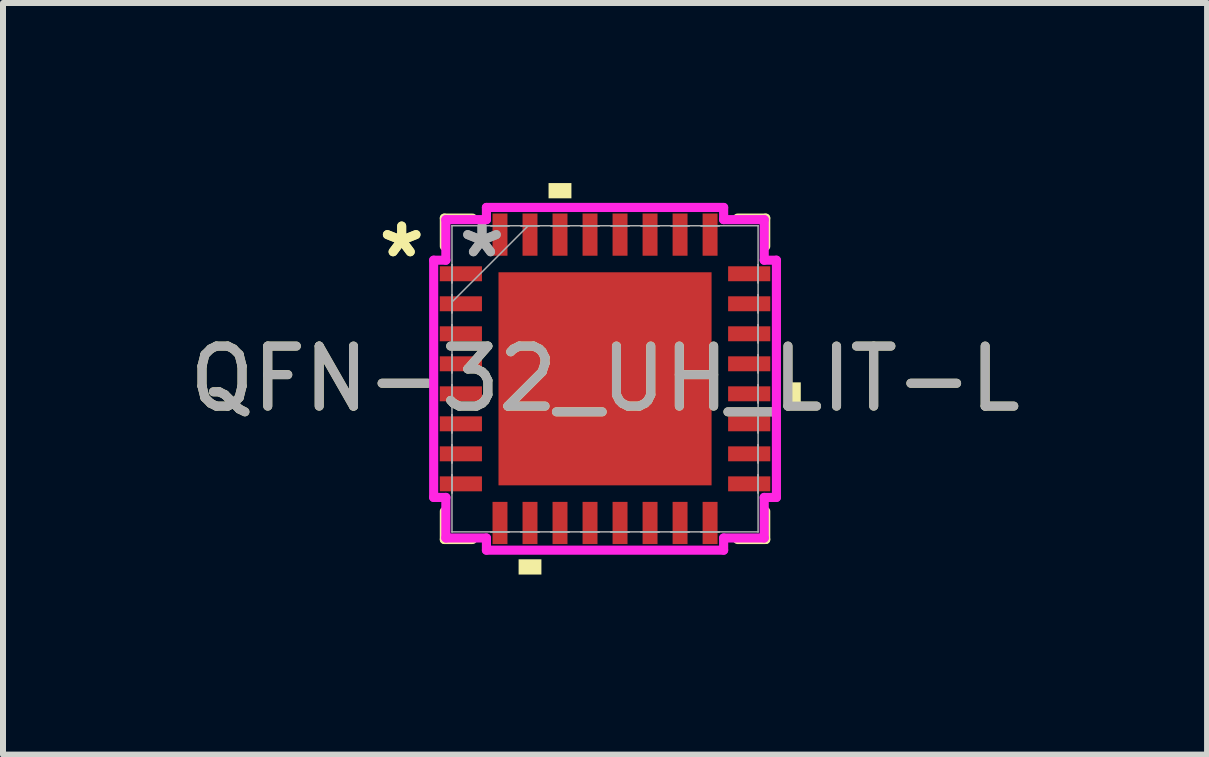
<source format=kicad_pcb>
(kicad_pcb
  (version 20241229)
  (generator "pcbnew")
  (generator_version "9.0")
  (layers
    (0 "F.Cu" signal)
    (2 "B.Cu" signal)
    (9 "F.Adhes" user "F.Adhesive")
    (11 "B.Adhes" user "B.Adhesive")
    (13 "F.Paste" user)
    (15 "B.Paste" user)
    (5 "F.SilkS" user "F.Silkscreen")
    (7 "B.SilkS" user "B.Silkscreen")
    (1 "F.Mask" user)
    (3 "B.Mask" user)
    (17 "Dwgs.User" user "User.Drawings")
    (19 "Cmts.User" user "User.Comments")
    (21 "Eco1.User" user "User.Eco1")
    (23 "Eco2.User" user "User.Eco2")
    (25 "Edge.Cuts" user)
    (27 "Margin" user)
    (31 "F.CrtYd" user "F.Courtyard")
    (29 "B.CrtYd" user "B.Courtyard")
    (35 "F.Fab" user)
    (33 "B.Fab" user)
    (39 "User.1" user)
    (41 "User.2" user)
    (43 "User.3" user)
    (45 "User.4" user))
  (footprint "QFN-32_UH_LIT-L"
    (layer "F.Cu")
    (at 7.03 3.261)
    (property "Reference" "QFN-32_UH_LIT-L" (at 0 0 0) (unlocked yes) (layer "F.SilkS") (effects (font (size 1 1) (thickness 0.15))))
    (attr smd)
    (fp_line (start -2.677 -2.677) (end -2.677 -2.207) (stroke (width 0.152) (type solid)) (layer "F.SilkS"))
    (fp_line (start -2.677 2.207) (end -2.677 2.677) (stroke (width 0.152) (type solid)) (layer "F.SilkS"))
    (fp_line (start -2.677 2.677) (end -2.207 2.677) (stroke (width 0.152) (type solid)) (layer "F.SilkS"))
    (fp_line (start -2.207 -2.677) (end -2.677 -2.677) (stroke (width 0.152) (type solid)) (layer "F.SilkS"))
    (fp_line (start 2.207 2.677) (end 2.677 2.677) (stroke (width 0.152) (type solid)) (layer "F.SilkS"))
    (fp_line (start 2.677 -2.677) (end 2.207 -2.677) (stroke (width 0.152) (type solid)) (layer "F.SilkS"))
    (fp_line (start 2.677 -2.207) (end 2.677 -2.677) (stroke (width 0.152) (type solid)) (layer "F.SilkS"))
    (fp_line (start 2.677 2.677) (end 2.677 2.207) (stroke (width 0.152) (type solid)) (layer "F.SilkS"))
    (fp_poly (pts (xy -1.44 3.007) (xy -1.44 3.261) (xy -1.06 3.261) (xy -1.06 3.007)) (stroke (width 0) (type solid)) (fill yes) (layer "F.SilkS"))
    (fp_poly (pts (xy -0.941 -3.007) (xy -0.941 -3.261) (xy -0.56 -3.261) (xy -0.56 -3.007)) (stroke (width 0) (type solid)) (fill yes) (layer "F.SilkS"))
    (fp_poly (pts (xy 3.261 0.059) (xy 3.261 0.441) (xy 3.007 0.441) (xy 3.007 0.059)) (stroke (width 0) (type solid)) (fill yes) (layer "F.SilkS"))
    (fp_poly (pts (xy -1.675 -1.675) (xy -1.675 -0.1) (xy -0.1 -0.1) (xy -0.1 -1.675)) (stroke (width 0) (type solid)) (fill yes) (layer "F.Paste"))
    (fp_poly (pts (xy -1.675 0.1) (xy -1.675 1.675) (xy -0.1 1.675) (xy -0.1 0.1)) (stroke (width 0) (type solid)) (fill yes) (layer "F.Paste"))
    (fp_poly (pts (xy 0.1 -1.675) (xy 0.1 -0.1) (xy 1.675 -0.1) (xy 1.675 -1.675)) (stroke (width 0) (type solid)) (fill yes) (layer "F.Paste"))
    (fp_poly (pts (xy 0.1 0.1) (xy 0.1 1.675) (xy 1.675 1.675) (xy 1.675 0.1)) (stroke (width 0) (type solid)) (fill yes) (layer "F.Paste"))
    (fp_line (start -2.855 -1.976) (end -2.652 -1.976) (stroke (width 0.152) (type solid)) (layer "F.CrtYd"))
    (fp_line (start -2.855 1.976) (end -2.855 -1.976) (stroke (width 0.152) (type solid)) (layer "F.CrtYd"))
    (fp_line (start -2.652 -2.652) (end -1.976 -2.652) (stroke (width 0.152) (type solid)) (layer "F.CrtYd"))
    (fp_line (start -2.652 -1.976) (end -2.652 -2.652) (stroke (width 0.152) (type solid)) (layer "F.CrtYd"))
    (fp_line (start -2.652 1.976) (end -2.855 1.976) (stroke (width 0.152) (type solid)) (layer "F.CrtYd"))
    (fp_line (start -2.652 2.652) (end -2.652 1.976) (stroke (width 0.152) (type solid)) (layer "F.CrtYd"))
    (fp_line (start -1.976 -2.855) (end 1.976 -2.855) (stroke (width 0.152) (type solid)) (layer "F.CrtYd"))
    (fp_line (start -1.976 -2.652) (end -1.976 -2.855) (stroke (width 0.152) (type solid)) (layer "F.CrtYd"))
    (fp_line (start -1.976 2.652) (end -2.652 2.652) (stroke (width 0.152) (type solid)) (layer "F.CrtYd"))
    (fp_line (start -1.976 2.855) (end -1.976 2.652) (stroke (width 0.152) (type solid)) (layer "F.CrtYd"))
    (fp_line (start 1.976 -2.855) (end 1.976 -2.652) (stroke (width 0.152) (type solid)) (layer "F.CrtYd"))
    (fp_line (start 1.976 -2.652) (end 2.652 -2.652) (stroke (width 0.152) (type solid)) (layer "F.CrtYd"))
    (fp_line (start 1.976 2.652) (end 1.976 2.855) (stroke (width 0.152) (type solid)) (layer "F.CrtYd"))
    (fp_line (start 1.976 2.855) (end -1.976 2.855) (stroke (width 0.152) (type solid)) (layer "F.CrtYd"))
    (fp_line (start 2.652 -2.652) (end 2.652 -1.976) (stroke (width 0.152) (type solid)) (layer "F.CrtYd"))
    (fp_line (start 2.652 -1.976) (end 2.855 -1.976) (stroke (width 0.152) (type solid)) (layer "F.CrtYd"))
    (fp_line (start 2.652 1.976) (end 2.652 2.652) (stroke (width 0.152) (type solid)) (layer "F.CrtYd"))
    (fp_line (start 2.652 2.652) (end 1.976 2.652) (stroke (width 0.152) (type solid)) (layer "F.CrtYd"))
    (fp_line (start 2.855 -1.976) (end 2.855 1.976) (stroke (width 0.152) (type solid)) (layer "F.CrtYd"))
    (fp_line (start 2.855 1.976) (end 2.652 1.976) (stroke (width 0.152) (type solid)) (layer "F.CrtYd"))
    (fp_line (start -2.55 -2.55) (end -2.55 -2.55) (stroke (width 0.025) (type solid)) (layer "F.Fab"))
    (fp_line (start -2.55 -2.55) (end -2.55 2.55) (stroke (width 0.025) (type solid)) (layer "F.Fab"))
    (fp_line (start -2.55 -1.9) (end -2.55 -1.9) (stroke (width 0.025) (type solid)) (layer "F.Fab"))
    (fp_line (start -2.55 -1.9) (end -2.55 -1.6) (stroke (width 0.025) (type solid)) (layer "F.Fab"))
    (fp_line (start -2.55 -1.6) (end -2.55 -1.9) (stroke (width 0.025) (type solid)) (layer "F.Fab"))
    (fp_line (start -2.55 -1.6) (end -2.55 -1.6) (stroke (width 0.025) (type solid)) (layer "F.Fab"))
    (fp_line (start -2.55 -1.4) (end -2.55 -1.4) (stroke (width 0.025) (type solid)) (layer "F.Fab"))
    (fp_line (start -2.55 -1.4) (end -2.55 -1.1) (stroke (width 0.025) (type solid)) (layer "F.Fab"))
    (fp_line (start -2.55 -1.28) (end -1.28 -2.55) (stroke (width 0.025) (type solid)) (layer "F.Fab"))
    (fp_line (start -2.55 -1.1) (end -2.55 -1.4) (stroke (width 0.025) (type solid)) (layer "F.Fab"))
    (fp_line (start -2.55 -1.1) (end -2.55 -1.1) (stroke (width 0.025) (type solid)) (layer "F.Fab"))
    (fp_line (start -2.55 -0.9) (end -2.55 -0.9) (stroke (width 0.025) (type solid)) (layer "F.Fab"))
    (fp_line (start -2.55 -0.9) (end -2.55 -0.6) (stroke (width 0.025) (type solid)) (layer "F.Fab"))
    (fp_line (start -2.55 -0.6) (end -2.55 -0.9) (stroke (width 0.025) (type solid)) (layer "F.Fab"))
    (fp_line (start -2.55 -0.6) (end -2.55 -0.6) (stroke (width 0.025) (type solid)) (layer "F.Fab"))
    (fp_line (start -2.55 -0.4) (end -2.55 -0.4) (stroke (width 0.025) (type solid)) (layer "F.Fab"))
    (fp_line (start -2.55 -0.4) (end -2.55 -0.1) (stroke (width 0.025) (type solid)) (layer "F.Fab"))
    (fp_line (start -2.55 -0.1) (end -2.55 -0.4) (stroke (width 0.025) (type solid)) (layer "F.Fab"))
    (fp_line (start -2.55 -0.1) (end -2.55 -0.1) (stroke (width 0.025) (type solid)) (layer "F.Fab"))
    (fp_line (start -2.55 0.1) (end -2.55 0.1) (stroke (width 0.025) (type solid)) (layer "F.Fab"))
    (fp_line (start -2.55 0.1) (end -2.55 0.4) (stroke (width 0.025) (type solid)) (layer "F.Fab"))
    (fp_line (start -2.55 0.4) (end -2.55 0.1) (stroke (width 0.025) (type solid)) (layer "F.Fab"))
    (fp_line (start -2.55 0.4) (end -2.55 0.4) (stroke (width 0.025) (type solid)) (layer "F.Fab"))
    (fp_line (start -2.55 0.6) (end -2.55 0.6) (stroke (width 0.025) (type solid)) (layer "F.Fab"))
    (fp_line (start -2.55 0.6) (end -2.55 0.9) (stroke (width 0.025) (type solid)) (layer "F.Fab"))
    (fp_line (start -2.55 0.9) (end -2.55 0.6) (stroke (width 0.025) (type solid)) (layer "F.Fab"))
    (fp_line (start -2.55 0.9) (end -2.55 0.9) (stroke (width 0.025) (type solid)) (layer "F.Fab"))
    (fp_line (start -2.55 1.1) (end -2.55 1.1) (stroke (width 0.025) (type solid)) (layer "F.Fab"))
    (fp_line (start -2.55 1.1) (end -2.55 1.4) (stroke (width 0.025) (type solid)) (layer "F.Fab"))
    (fp_line (start -2.55 1.4) (end -2.55 1.1) (stroke (width 0.025) (type solid)) (layer "F.Fab"))
    (fp_line (start -2.55 1.4) (end -2.55 1.4) (stroke (width 0.025) (type solid)) (layer "F.Fab"))
    (fp_line (start -2.55 1.6) (end -2.55 1.6) (stroke (width 0.025) (type solid)) (layer "F.Fab"))
    (fp_line (start -2.55 1.6) (end -2.55 1.9) (stroke (width 0.025) (type solid)) (layer "F.Fab"))
    (fp_line (start -2.55 1.9) (end -2.55 1.6) (stroke (width 0.025) (type solid)) (layer "F.Fab"))
    (fp_line (start -2.55 1.9) (end -2.55 1.9) (stroke (width 0.025) (type solid)) (layer "F.Fab"))
    (fp_line (start -2.55 2.55) (end -2.55 2.55) (stroke (width 0.025) (type solid)) (layer "F.Fab"))
    (fp_line (start -2.55 2.55) (end 2.55 2.55) (stroke (width 0.025) (type solid)) (layer "F.Fab"))
    (fp_line (start -1.9 -2.55) (end -1.9 -2.55) (stroke (width 0.025) (type solid)) (layer "F.Fab"))
    (fp_line (start -1.9 -2.55) (end -1.6 -2.55) (stroke (width 0.025) (type solid)) (layer "F.Fab"))
    (fp_line (start -1.9 2.55) (end -1.9 2.55) (stroke (width 0.025) (type solid)) (layer "F.Fab"))
    (fp_line (start -1.9 2.55) (end -1.6 2.55) (stroke (width 0.025) (type solid)) (layer "F.Fab"))
    (fp_line (start -1.6 -2.55) (end -1.9 -2.55) (stroke (width 0.025) (type solid)) (layer "F.Fab"))
    (fp_line (start -1.6 -2.55) (end -1.6 -2.55) (stroke (width 0.025) (type solid)) (layer "F.Fab"))
    (fp_line (start -1.6 2.55) (end -1.9 2.55) (stroke (width 0.025) (type solid)) (layer "F.Fab"))
    (fp_line (start -1.6 2.55) (end -1.6 2.55) (stroke (width 0.025) (type solid)) (layer "F.Fab"))
    (fp_line (start -1.4 -2.55) (end -1.4 -2.55) (stroke (width 0.025) (type solid)) (layer "F.Fab"))
    (fp_line (start -1.4 -2.55) (end -1.1 -2.55) (stroke (width 0.025) (type solid)) (layer "F.Fab"))
    (fp_line (start -1.4 2.55) (end -1.4 2.55) (stroke (width 0.025) (type solid)) (layer "F.Fab"))
    (fp_line (start -1.4 2.55) (end -1.1 2.55) (stroke (width 0.025) (type solid)) (layer "F.Fab"))
    (fp_line (start -1.1 -2.55) (end -1.4 -2.55) (stroke (width 0.025) (type solid)) (layer "F.Fab"))
    (fp_line (start -1.1 -2.55) (end -1.1 -2.55) (stroke (width 0.025) (type solid)) (layer "F.Fab"))
    (fp_line (start -1.1 2.55) (end -1.4 2.55) (stroke (width 0.025) (type solid)) (layer "F.Fab"))
    (fp_line (start -1.1 2.55) (end -1.1 2.55) (stroke (width 0.025) (type solid)) (layer "F.Fab"))
    (fp_line (start -0.9 -2.55) (end -0.9 -2.55) (stroke (width 0.025) (type solid)) (layer "F.Fab"))
    (fp_line (start -0.9 -2.55) (end -0.6 -2.55) (stroke (width 0.025) (type solid)) (layer "F.Fab"))
    (fp_line (start -0.9 2.55) (end -0.9 2.55) (stroke (width 0.025) (type solid)) (layer "F.Fab"))
    (fp_line (start -0.9 2.55) (end -0.6 2.55) (stroke (width 0.025) (type solid)) (layer "F.Fab"))
    (fp_line (start -0.6 -2.55) (end -0.9 -2.55) (stroke (width 0.025) (type solid)) (layer "F.Fab"))
    (fp_line (start -0.6 -2.55) (end -0.6 -2.55) (stroke (width 0.025) (type solid)) (layer "F.Fab"))
    (fp_line (start -0.6 2.55) (end -0.9 2.55) (stroke (width 0.025) (type solid)) (layer "F.Fab"))
    (fp_line (start -0.6 2.55) (end -0.6 2.55) (stroke (width 0.025) (type solid)) (layer "F.Fab"))
    (fp_line (start -0.4 -2.55) (end -0.4 -2.55) (stroke (width 0.025) (type solid)) (layer "F.Fab"))
    (fp_line (start -0.4 -2.55) (end -0.1 -2.55) (stroke (width 0.025) (type solid)) (layer "F.Fab"))
    (fp_line (start -0.4 2.55) (end -0.4 2.55) (stroke (width 0.025) (type solid)) (layer "F.Fab"))
    (fp_line (start -0.4 2.55) (end -0.1 2.55) (stroke (width 0.025) (type solid)) (layer "F.Fab"))
    (fp_line (start -0.1 -2.55) (end -0.4 -2.55) (stroke (width 0.025) (type solid)) (layer "F.Fab"))
    (fp_line (start -0.1 -2.55) (end -0.1 -2.55) (stroke (width 0.025) (type solid)) (layer "F.Fab"))
    (fp_line (start -0.1 2.55) (end -0.4 2.55) (stroke (width 0.025) (type solid)) (layer "F.Fab"))
    (fp_line (start -0.1 2.55) (end -0.1 2.55) (stroke (width 0.025) (type solid)) (layer "F.Fab"))
    (fp_line (start 0.1 -2.55) (end 0.1 -2.55) (stroke (width 0.025) (type solid)) (layer "F.Fab"))
    (fp_line (start 0.1 -2.55) (end 0.4 -2.55) (stroke (width 0.025) (type solid)) (layer "F.Fab"))
    (fp_line (start 0.1 2.55) (end 0.1 2.55) (stroke (width 0.025) (type solid)) (layer "F.Fab"))
    (fp_line (start 0.1 2.55) (end 0.4 2.55) (stroke (width 0.025) (type solid)) (layer "F.Fab"))
    (fp_line (start 0.4 -2.55) (end 0.1 -2.55) (stroke (width 0.025) (type solid)) (layer "F.Fab"))
    (fp_line (start 0.4 -2.55) (end 0.4 -2.55) (stroke (width 0.025) (type solid)) (layer "F.Fab"))
    (fp_line (start 0.4 2.55) (end 0.1 2.55) (stroke (width 0.025) (type solid)) (layer "F.Fab"))
    (fp_line (start 0.4 2.55) (end 0.4 2.55) (stroke (width 0.025) (type solid)) (layer "F.Fab"))
    (fp_line (start 0.6 -2.55) (end 0.6 -2.55) (stroke (width 0.025) (type solid)) (layer "F.Fab"))
    (fp_line (start 0.6 -2.55) (end 0.9 -2.55) (stroke (width 0.025) (type solid)) (layer "F.Fab"))
    (fp_line (start 0.6 2.55) (end 0.6 2.55) (stroke (width 0.025) (type solid)) (layer "F.Fab"))
    (fp_line (start 0.6 2.55) (end 0.9 2.55) (stroke (width 0.025) (type solid)) (layer "F.Fab"))
    (fp_line (start 0.9 -2.55) (end 0.6 -2.55) (stroke (width 0.025) (type solid)) (layer "F.Fab"))
    (fp_line (start 0.9 -2.55) (end 0.9 -2.55) (stroke (width 0.025) (type solid)) (layer "F.Fab"))
    (fp_line (start 0.9 2.55) (end 0.6 2.55) (stroke (width 0.025) (type solid)) (layer "F.Fab"))
    (fp_line (start 0.9 2.55) (end 0.9 2.55) (stroke (width 0.025) (type solid)) (layer "F.Fab"))
    (fp_line (start 1.1 -2.55) (end 1.1 -2.55) (stroke (width 0.025) (type solid)) (layer "F.Fab"))
    (fp_line (start 1.1 -2.55) (end 1.4 -2.55) (stroke (width 0.025) (type solid)) (layer "F.Fab"))
    (fp_line (start 1.1 2.55) (end 1.1 2.55) (stroke (width 0.025) (type solid)) (layer "F.Fab"))
    (fp_line (start 1.1 2.55) (end 1.4 2.55) (stroke (width 0.025) (type solid)) (layer "F.Fab"))
    (fp_line (start 1.4 -2.55) (end 1.1 -2.55) (stroke (width 0.025) (type solid)) (layer "F.Fab"))
    (fp_line (start 1.4 -2.55) (end 1.4 -2.55) (stroke (width 0.025) (type solid)) (layer "F.Fab"))
    (fp_line (start 1.4 2.55) (end 1.1 2.55) (stroke (width 0.025) (type solid)) (layer "F.Fab"))
    (fp_line (start 1.4 2.55) (end 1.4 2.55) (stroke (width 0.025) (type solid)) (layer "F.Fab"))
    (fp_line (start 1.6 -2.55) (end 1.6 -2.55) (stroke (width 0.025) (type solid)) (layer "F.Fab"))
    (fp_line (start 1.6 -2.55) (end 1.9 -2.55) (stroke (width 0.025) (type solid)) (layer "F.Fab"))
    (fp_line (start 1.6 2.55) (end 1.6 2.55) (stroke (width 0.025) (type solid)) (layer "F.Fab"))
    (fp_line (start 1.6 2.55) (end 1.9 2.55) (stroke (width 0.025) (type solid)) (layer "F.Fab"))
    (fp_line (start 1.9 -2.55) (end 1.6 -2.55) (stroke (width 0.025) (type solid)) (layer "F.Fab"))
    (fp_line (start 1.9 -2.55) (end 1.9 -2.55) (stroke (width 0.025) (type solid)) (layer "F.Fab"))
    (fp_line (start 1.9 2.55) (end 1.6 2.55) (stroke (width 0.025) (type solid)) (layer "F.Fab"))
    (fp_line (start 1.9 2.55) (end 1.9 2.55) (stroke (width 0.025) (type solid)) (layer "F.Fab"))
    (fp_line (start 2.55 -2.55) (end -2.55 -2.55) (stroke (width 0.025) (type solid)) (layer "F.Fab"))
    (fp_line (start 2.55 -2.55) (end 2.55 -2.55) (stroke (width 0.025) (type solid)) (layer "F.Fab"))
    (fp_line (start 2.55 -1.9) (end 2.55 -1.9) (stroke (width 0.025) (type solid)) (layer "F.Fab"))
    (fp_line (start 2.55 -1.9) (end 2.55 -1.6) (stroke (width 0.025) (type solid)) (layer "F.Fab"))
    (fp_line (start 2.55 -1.6) (end 2.55 -1.9) (stroke (width 0.025) (type solid)) (layer "F.Fab"))
    (fp_line (start 2.55 -1.6) (end 2.55 -1.6) (stroke (width 0.025) (type solid)) (layer "F.Fab"))
    (fp_line (start 2.55 -1.4) (end 2.55 -1.4) (stroke (width 0.025) (type solid)) (layer "F.Fab"))
    (fp_line (start 2.55 -1.4) (end 2.55 -1.1) (stroke (width 0.025) (type solid)) (layer "F.Fab"))
    (fp_line (start 2.55 -1.1) (end 2.55 -1.4) (stroke (width 0.025) (type solid)) (layer "F.Fab"))
    (fp_line (start 2.55 -1.1) (end 2.55 -1.1) (stroke (width 0.025) (type solid)) (layer "F.Fab"))
    (fp_line (start 2.55 -0.9) (end 2.55 -0.9) (stroke (width 0.025) (type solid)) (layer "F.Fab"))
    (fp_line (start 2.55 -0.9) (end 2.55 -0.6) (stroke (width 0.025) (type solid)) (layer "F.Fab"))
    (fp_line (start 2.55 -0.6) (end 2.55 -0.9) (stroke (width 0.025) (type solid)) (layer "F.Fab"))
    (fp_line (start 2.55 -0.6) (end 2.55 -0.6) (stroke (width 0.025) (type solid)) (layer "F.Fab"))
    (fp_line (start 2.55 -0.4) (end 2.55 -0.4) (stroke (width 0.025) (type solid)) (layer "F.Fab"))
    (fp_line (start 2.55 -0.4) (end 2.55 -0.1) (stroke (width 0.025) (type solid)) (layer "F.Fab"))
    (fp_line (start 2.55 -0.1) (end 2.55 -0.4) (stroke (width 0.025) (type solid)) (layer "F.Fab"))
    (fp_line (start 2.55 -0.1) (end 2.55 -0.1) (stroke (width 0.025) (type solid)) (layer "F.Fab"))
    (fp_line (start 2.55 0.1) (end 2.55 0.1) (stroke (width 0.025) (type solid)) (layer "F.Fab"))
    (fp_line (start 2.55 0.1) (end 2.55 0.4) (stroke (width 0.025) (type solid)) (layer "F.Fab"))
    (fp_line (start 2.55 0.4) (end 2.55 0.1) (stroke (width 0.025) (type solid)) (layer "F.Fab"))
    (fp_line (start 2.55 0.4) (end 2.55 0.4) (stroke (width 0.025) (type solid)) (layer "F.Fab"))
    (fp_line (start 2.55 0.6) (end 2.55 0.6) (stroke (width 0.025) (type solid)) (layer "F.Fab"))
    (fp_line (start 2.55 0.6) (end 2.55 0.9) (stroke (width 0.025) (type solid)) (layer "F.Fab"))
    (fp_line (start 2.55 0.9) (end 2.55 0.6) (stroke (width 0.025) (type solid)) (layer "F.Fab"))
    (fp_line (start 2.55 0.9) (end 2.55 0.9) (stroke (width 0.025) (type solid)) (layer "F.Fab"))
    (fp_line (start 2.55 1.1) (end 2.55 1.1) (stroke (width 0.025) (type solid)) (layer "F.Fab"))
    (fp_line (start 2.55 1.1) (end 2.55 1.4) (stroke (width 0.025) (type solid)) (layer "F.Fab"))
    (fp_line (start 2.55 1.4) (end 2.55 1.1) (stroke (width 0.025) (type solid)) (layer "F.Fab"))
    (fp_line (start 2.55 1.4) (end 2.55 1.4) (stroke (width 0.025) (type solid)) (layer "F.Fab"))
    (fp_line (start 2.55 1.6) (end 2.55 1.6) (stroke (width 0.025) (type solid)) (layer "F.Fab"))
    (fp_line (start 2.55 1.6) (end 2.55 1.9) (stroke (width 0.025) (type solid)) (layer "F.Fab"))
    (fp_line (start 2.55 1.9) (end 2.55 1.6) (stroke (width 0.025) (type solid)) (layer "F.Fab"))
    (fp_line (start 2.55 1.9) (end 2.55 1.9) (stroke (width 0.025) (type solid)) (layer "F.Fab"))
    (fp_line (start 2.55 2.55) (end 2.55 -2.55) (stroke (width 0.025) (type solid)) (layer "F.Fab"))
    (fp_line (start 2.55 2.55) (end 2.55 2.55) (stroke (width 0.025) (type solid)) (layer "F.Fab"))
    (fp_text user "*" (at -3.388 -2 0) (unlocked yes) (layer "F.SilkS") (effects (font (size 1 1) (thickness 0.15))))
    (fp_text user "*" (at -3.388 -2 0) (layer "F.SilkS") (effects (font (size 1 1) (thickness 0.15))))
    (fp_text user "*" (at -2.05 -2 0) (unlocked yes) (layer "F.Fab") (effects (font (size 1 1) (thickness 0.15))))
    (fp_text user "*" (at -2.05 -2 0) (layer "F.Fab") (effects (font (size 1 1) (thickness 0.15))))
    (fp_text user "${REFERENCE}" (at 0 0 0) (unlocked yes) (layer "F.Fab") (effects (font (size 1 1) (thickness 0.15))))
    (pad "1" smd rect (at -2.402 -1.75 90) (size 0.249 0.703) (layers "F.Cu" "F.Mask" "F.Paste"))
    (pad "2" smd rect (at -2.402 -1.25 90) (size 0.249 0.703) (layers "F.Cu" "F.Mask" "F.Paste"))
    (pad "3" smd rect (at -2.402 -0.75 90) (size 0.249 0.703) (layers "F.Cu" "F.Mask" "F.Paste"))
    (pad "4" smd rect (at -2.402 -0.25 90) (size 0.249 0.703) (layers "F.Cu" "F.Mask" "F.Paste"))
    (pad "5" smd rect (at -2.402 0.25 90) (size 0.249 0.703) (layers "F.Cu" "F.Mask" "F.Paste"))
    (pad "6" smd rect (at -2.402 0.75 90) (size 0.249 0.703) (layers "F.Cu" "F.Mask" "F.Paste"))
    (pad "7" smd rect (at -2.402 1.25 90) (size 0.249 0.703) (layers "F.Cu" "F.Mask" "F.Paste"))
    (pad "8" smd rect (at -2.402 1.75 90) (size 0.249 0.703) (layers "F.Cu" "F.Mask" "F.Paste"))
    (pad "9" smd rect (at -1.75 2.402) (size 0.249 0.703) (layers "F.Cu" "F.Mask" "F.Paste"))
    (pad "10" smd rect (at -1.25 2.402) (size 0.249 0.703) (layers "F.Cu" "F.Mask" "F.Paste"))
    (pad "11" smd rect (at -0.75 2.402) (size 0.249 0.703) (layers "F.Cu" "F.Mask" "F.Paste"))
    (pad "12" smd rect (at -0.25 2.402) (size 0.249 0.703) (layers "F.Cu" "F.Mask" "F.Paste"))
    (pad "13" smd rect (at 0.25 2.402) (size 0.249 0.703) (layers "F.Cu" "F.Mask" "F.Paste"))
    (pad "14" smd rect (at 0.75 2.402) (size 0.249 0.703) (layers "F.Cu" "F.Mask" "F.Paste"))
    (pad "15" smd rect (at 1.25 2.402) (size 0.249 0.703) (layers "F.Cu" "F.Mask" "F.Paste"))
    (pad "16" smd rect (at 1.75 2.402) (size 0.249 0.703) (layers "F.Cu" "F.Mask" "F.Paste"))
    (pad "17" smd rect (at 2.402 1.75 90) (size 0.249 0.703) (layers "F.Cu" "F.Mask" "F.Paste"))
    (pad "18" smd rect (at 2.402 1.25 90) (size 0.249 0.703) (layers "F.Cu" "F.Mask" "F.Paste"))
    (pad "19" smd rect (at 2.402 0.75 90) (size 0.249 0.703) (layers "F.Cu" "F.Mask" "F.Paste"))
    (pad "20" smd rect (at 2.402 0.25 90) (size 0.249 0.703) (layers "F.Cu" "F.Mask" "F.Paste"))
    (pad "21" smd rect (at 2.402 -0.25 90) (size 0.249 0.703) (layers "F.Cu" "F.Mask" "F.Paste"))
    (pad "22" smd rect (at 2.402 -0.75 90) (size 0.249 0.703) (layers "F.Cu" "F.Mask" "F.Paste"))
    (pad "23" smd rect (at 2.402 -1.25 90) (size 0.249 0.703) (layers "F.Cu" "F.Mask" "F.Paste"))
    (pad "24" smd rect (at 2.402 -1.75 90) (size 0.249 0.703) (layers "F.Cu" "F.Mask" "F.Paste"))
    (pad "25" smd rect (at 1.75 -2.402) (size 0.249 0.703) (layers "F.Cu" "F.Mask" "F.Paste"))
    (pad "26" smd rect (at 1.25 -2.402) (size 0.249 0.703) (layers "F.Cu" "F.Mask" "F.Paste"))
    (pad "27" smd rect (at 0.75 -2.402) (size 0.249 0.703) (layers "F.Cu" "F.Mask" "F.Paste"))
    (pad "28" smd rect (at 0.25 -2.402) (size 0.249 0.703) (layers "F.Cu" "F.Mask" "F.Paste"))
    (pad "29" smd rect (at -0.25 -2.402) (size 0.249 0.703) (layers "F.Cu" "F.Mask" "F.Paste"))
    (pad "30" smd rect (at -0.75 -2.402) (size 0.249 0.703) (layers "F.Cu" "F.Mask" "F.Paste"))
    (pad "31" smd rect (at -1.25 -2.402) (size 0.249 0.703) (layers "F.Cu" "F.Mask" "F.Paste"))
    (pad "32" smd rect (at -1.75 -2.402) (size 0.249 0.703) (layers "F.Cu" "F.Mask" "F.Paste"))
    (pad "33" smd rect (at 0 0) (size 3.55 3.55) (layers "F.Cu" "F.Mask")))
  (gr_rect
    (start -3 -3)
    (end 17.06 9.522)
    (stroke (width 0.1) (type default))
    (fill no)
    (layer "Edge.Cuts")))
</source>
